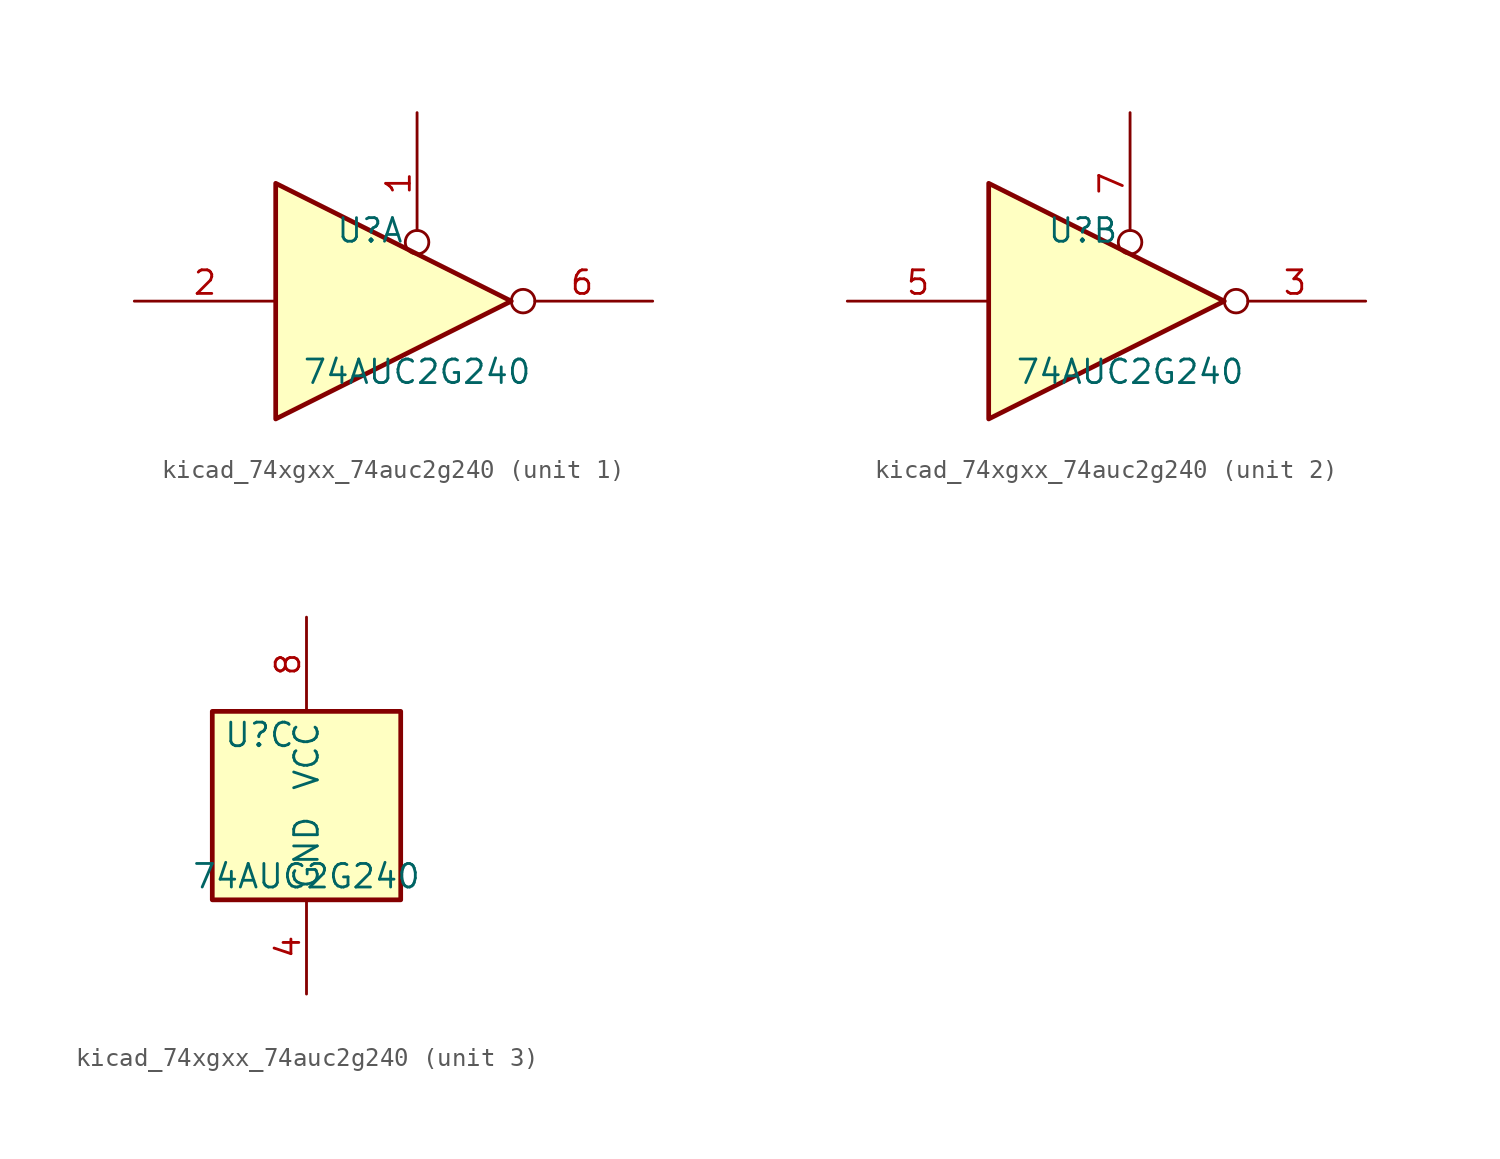
<source format=kicad_sym>
(kicad_symbol_lib
  (version 20220914)
  (generator kicad_symbol_editor)
  (symbol "kicad_74xgxx_74auc2g240"
    (property "Reference" "U"
      (at -2.54 3.81 0)
      (effects (font (size 1.27 1.27))))
    (property "Value" "74AUC2G240"
      (at 0 -3.81 0)
      (effects (font (size 1.27 1.27))))
    (symbol "kicad_74xgxx_74auc2g240_1_1"
      (polyline (pts (xy -7.62 6.35) (xy -7.62 -6.35) (xy 5.08 0) (xy -7.62 6.35)) (stroke (width 0.254) (type default)) (fill (type background)))
      (pin input inverted (at 0 10.16 270) (length 7.62) (name "~" (effects (font (size 1.27 1.27)))) (number "1" (effects (font (size 1.27 1.27)))))
      (pin input line (at -15.24 0 0) (length 7.62) (name "~" (effects (font (size 1.27 1.27)))) (number "2" (effects (font (size 1.27 1.27)))))
      (pin tri_state inverted (at 12.7 0 180) (length 7.62) (name "~" (effects (font (size 1.27 1.27)))) (number "6" (effects (font (size 1.27 1.27))))))
    (symbol "kicad_74xgxx_74auc2g240_2_1"
      (polyline (pts (xy -7.62 6.35) (xy -7.62 -6.35) (xy 5.08 0) (xy -7.62 6.35)) (stroke (width 0.254) (type default)) (fill (type background)))
      (pin tri_state inverted (at 12.7 0 180) (length 7.62) (name "~" (effects (font (size 1.27 1.27)))) (number "3" (effects (font (size 1.27 1.27)))))
      (pin input line (at -15.24 0 0) (length 7.62) (name "~" (effects (font (size 1.27 1.27)))) (number "5" (effects (font (size 1.27 1.27)))))
      (pin input inverted (at 0 10.16 270) (length 7.62) (name "~" (effects (font (size 1.27 1.27)))) (number "7" (effects (font (size 1.27 1.27))))))
    (symbol "kicad_74xgxx_74auc2g240_3_0"
      (rectangle (start -5.08 -5.08) (end 5.08 5.08) (stroke (width 0.254) (type default)) (fill (type background))))
    (symbol "kicad_74xgxx_74auc2g240_3_1"
      (pin power_in line (at 0 -10.16 90) (length 5.08) (name "GND" (effects (font (size 1.27 1.27)))) (number "4" (effects (font (size 1.27 1.27)))))
      (pin power_in line (at 0 10.16 270) (length 5.08) (name "VCC" (effects (font (size 1.27 1.27)))) (number "8" (effects (font (size 1.27 1.27))))))))
</source>
